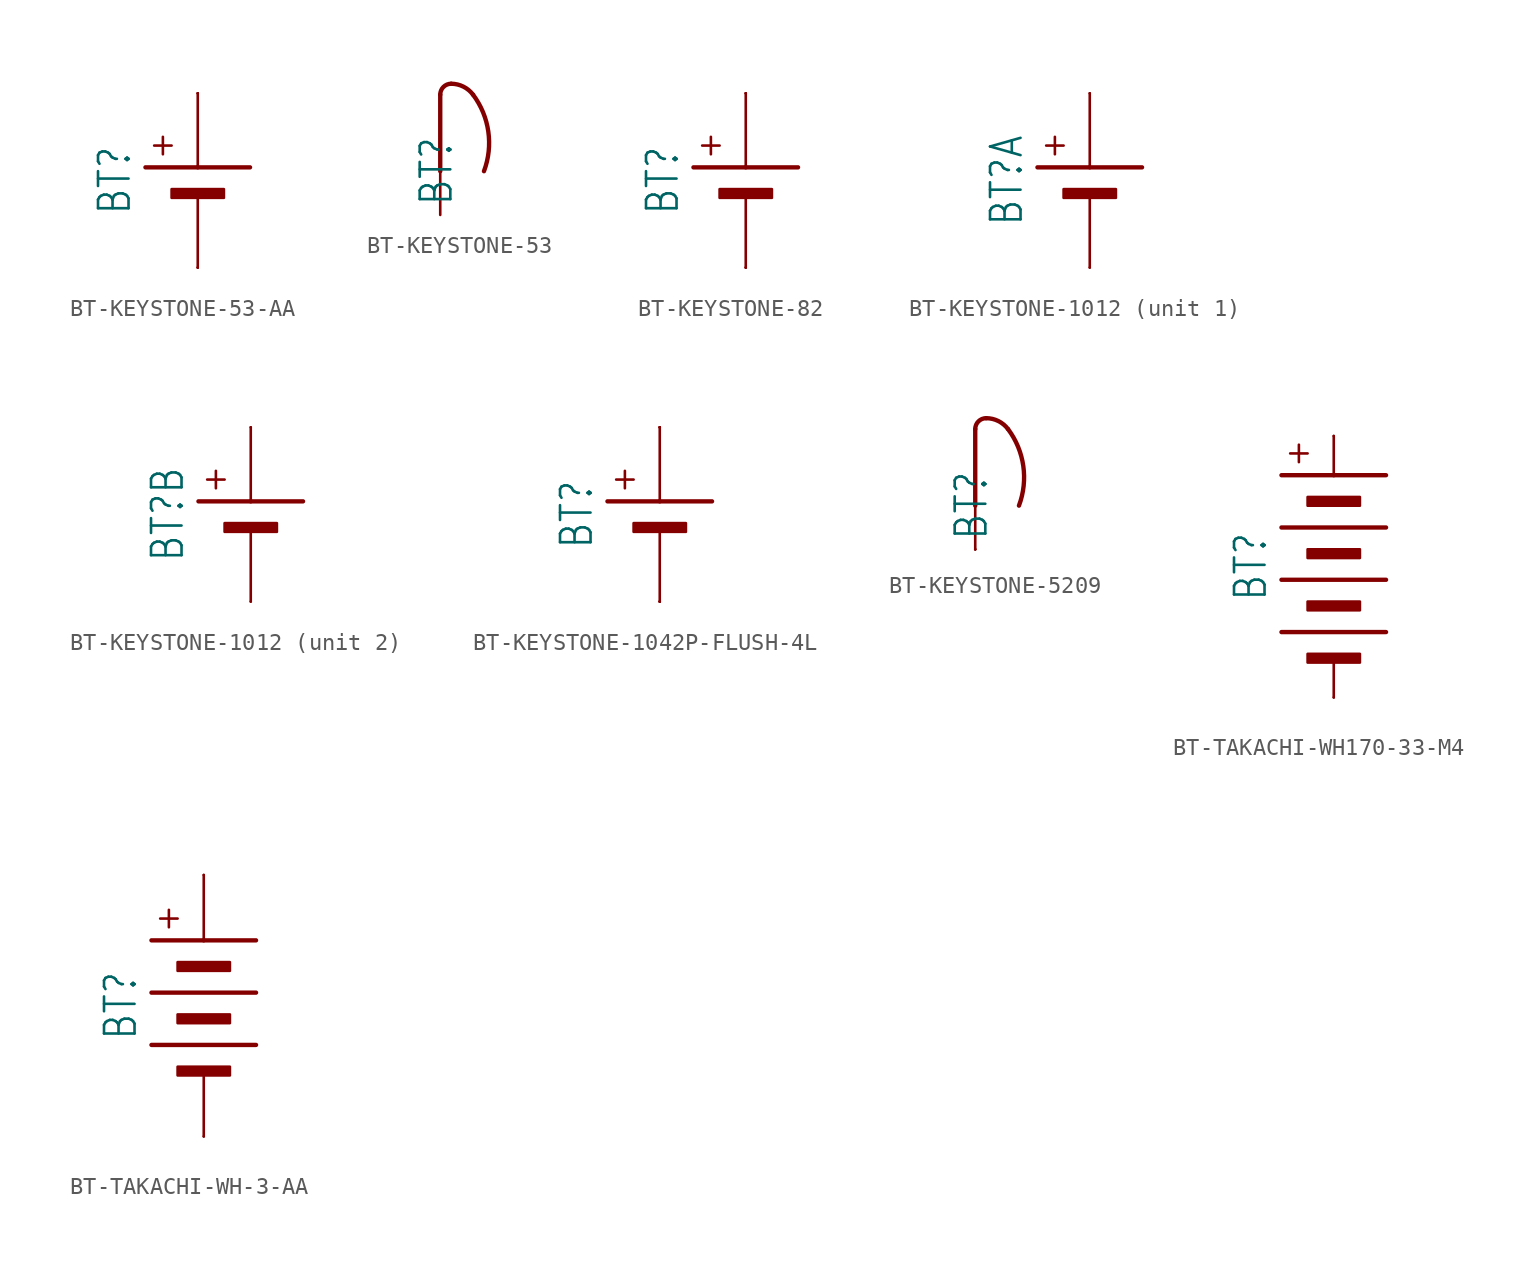
<source format=kicad_sym>
(kicad_symbol_lib
  (version 20231120)
  (generator "kicad_symbol_editor")
  (generator_version "8.0")
  (symbol "BT-KEYSTONE-53-AA"
    (property "Reference" "BT"
      (at -3.81 0 90)
      (effects (font (size 1.778 1.511)) (justify bottom)))
    (property "Value" ""
      (at 3.81 0 90)
      (effects (font (size 1.778 1.511)) (justify top)))
    (property "ki_locked" ""
      (at 0 0 0)
      (effects (font (size 1.27 1.27))))
    (symbol "BT-KEYSTONE-53-AA_1_0"
      (rectangle (start -1.524 -1.016) (end 1.524 -0.508) (stroke (width 0) (type default)) (fill (type outline)))
      (polyline (pts (xy -3.048 0.762) (xy 0 0.762)) (stroke (width 0.254) (type solid)) (fill (type none)))
      (polyline (pts (xy -2.54 2.032) (xy -1.524 2.032)) (stroke (width 0.152) (type solid)) (fill (type none)))
      (polyline (pts (xy -2.032 1.524) (xy -2.032 2.54)) (stroke (width 0.152) (type solid)) (fill (type none)))
      (polyline (pts (xy 0 -0.762) (xy 0 -5.08)) (stroke (width 0.152) (type solid)) (fill (type none)))
      (polyline (pts (xy 0 0.762) (xy 3.048 0.762)) (stroke (width 0.254) (type solid)) (fill (type none)))
      (polyline (pts (xy 0 5.08) (xy 0 0.762)) (stroke (width 0.152) (type solid)) (fill (type none)))
      (pin passive line (at 0 -5.08 90) (length 0) (name "M" (effects (font (size 0 0)))) (number "M1" (effects (font (size 0 0)))))
      (pin passive line (at 0 -5.08 90) (length 0) (name "M" (effects (font (size 0 0)))) (number "M2" (effects (font (size 0 0)))))
      (pin passive line (at 0 5.08 270) (length 0) (name "P" (effects (font (size 0 0)))) (number "P1" (effects (font (size 0 0)))))
      (pin passive line (at 0 5.08 270) (length 0) (name "P" (effects (font (size 0 0)))) (number "P2" (effects (font (size 0 0)))))))
  (symbol "BT-KEYSTONE-53"
    (property "Reference" "BT"
      (at -1.27 2.54 90)
      (effects (font (size 1.778 1.511)) (justify top)))
    (property "Value" ""
      (at 3.81 2.54 90)
      (effects (font (size 1.778 1.511)) (justify bottom)))
    (property "ki_locked" ""
      (at 0 0 0)
      (effects (font (size 1.27 1.27))))
    (symbol "BT-KEYSTONE-53_1_0"
      (polyline (pts (xy 0 0) (xy 0 2.54)) (stroke (width 0.152) (type solid)) (fill (type none)))
      (polyline (pts (xy 0 2.54) (xy 0 6.985)) (stroke (width 0.254) (type solid)) (fill (type none)))
      (arc (start 0.635 7.62) (mid 0.186 7.434) (end 0 6.985) (stroke (width 0.254) (type solid)) (fill (type none)))
      (arc (start 1.905 6.9849) (mid 1.345 7.4523) (end 0.635 7.62) (stroke (width 0.254) (type solid)) (fill (type none)))
      (arc (start 2.5401 2.5401) (mid 2.7919 4.8439) (end 1.905 6.985) (stroke (width 0.254) (type solid)) (fill (type none)))))
  (symbol "BT-KEYSTONE-82"
    (property "Reference" "BT"
      (at -3.81 0 90)
      (effects (font (size 1.778 1.511)) (justify bottom)))
    (property "Value" ""
      (at 3.81 0 90)
      (effects (font (size 1.778 1.511)) (justify top)))
    (property "ki_locked" ""
      (at 0 0 0)
      (effects (font (size 1.27 1.27))))
    (symbol "BT-KEYSTONE-82_1_0"
      (rectangle (start -1.524 -1.016) (end 1.524 -0.508) (stroke (width 0) (type default)) (fill (type outline)))
      (polyline (pts (xy -3.048 0.762) (xy 0 0.762)) (stroke (width 0.254) (type solid)) (fill (type none)))
      (polyline (pts (xy -2.54 2.032) (xy -1.524 2.032)) (stroke (width 0.152) (type solid)) (fill (type none)))
      (polyline (pts (xy -2.032 1.524) (xy -2.032 2.54)) (stroke (width 0.152) (type solid)) (fill (type none)))
      (polyline (pts (xy 0 -0.762) (xy 0 -5.08)) (stroke (width 0.152) (type solid)) (fill (type none)))
      (polyline (pts (xy 0 0.762) (xy 3.048 0.762)) (stroke (width 0.254) (type solid)) (fill (type none)))
      (polyline (pts (xy 0 5.08) (xy 0 0.762)) (stroke (width 0.152) (type solid)) (fill (type none)))
      (pin passive line (at 0 5.08 270) (length 0) (name "P" (effects (font (size 0 0)))) (number "BA+" (effects (font (size 0 0)))))
      (pin passive line (at 0 -5.08 90) (length 0) (name "M" (effects (font (size 0 0)))) (number "BA-" (effects (font (size 0 0)))))
      (pin passive line (at 0 5.08 270) (length 0) (name "P" (effects (font (size 0 0)))) (number "BB+" (effects (font (size 0 0)))))
      (pin passive line (at 0 -5.08 90) (length 0) (name "M" (effects (font (size 0 0)))) (number "BB-" (effects (font (size 0 0)))))))
  (symbol "BT-KEYSTONE-1012"
    (property "Reference" "BT"
      (at -3.81 0 90)
      (effects (font (size 1.778 1.511)) (justify bottom)))
    (property "Value" ""
      (at 3.81 0 90)
      (effects (font (size 1.778 1.511)) (justify top)))
    (property "ki_locked" ""
      (at 0 0 0)
      (effects (font (size 1.27 1.27))))
    (symbol "BT-KEYSTONE-1012_1_0"
      (rectangle (start -1.524 -1.016) (end 1.524 -0.508) (stroke (width 0) (type default)) (fill (type outline)))
      (polyline (pts (xy -3.048 0.762) (xy 0 0.762)) (stroke (width 0.254) (type solid)) (fill (type none)))
      (polyline (pts (xy -2.54 2.032) (xy -1.524 2.032)) (stroke (width 0.152) (type solid)) (fill (type none)))
      (polyline (pts (xy -2.032 1.524) (xy -2.032 2.54)) (stroke (width 0.152) (type solid)) (fill (type none)))
      (polyline (pts (xy 0 -0.762) (xy 0 -5.08)) (stroke (width 0.152) (type solid)) (fill (type none)))
      (polyline (pts (xy 0 0.762) (xy 3.048 0.762)) (stroke (width 0.254) (type solid)) (fill (type none)))
      (polyline (pts (xy 0 5.08) (xy 0 0.762)) (stroke (width 0.152) (type solid)) (fill (type none)))
      (pin passive line (at 0 -5.08 90) (length 0) (name "M" (effects (font (size 0 0)))) (number "M1" (effects (font (size 0 0)))))
      (pin passive line (at 0 5.08 270) (length 0) (name "P" (effects (font (size 0 0)))) (number "P1" (effects (font (size 0 0))))))
    (symbol "BT-KEYSTONE-1012_2_0"
      (rectangle (start -1.524 -1.016) (end 1.524 -0.508) (stroke (width 0) (type default)) (fill (type outline)))
      (polyline (pts (xy -3.048 0.762) (xy 0 0.762)) (stroke (width 0.254) (type solid)) (fill (type none)))
      (polyline (pts (xy -2.54 2.032) (xy -1.524 2.032)) (stroke (width 0.152) (type solid)) (fill (type none)))
      (polyline (pts (xy -2.032 1.524) (xy -2.032 2.54)) (stroke (width 0.152) (type solid)) (fill (type none)))
      (polyline (pts (xy 0 -0.762) (xy 0 -5.08)) (stroke (width 0.152) (type solid)) (fill (type none)))
      (polyline (pts (xy 0 0.762) (xy 3.048 0.762)) (stroke (width 0.254) (type solid)) (fill (type none)))
      (polyline (pts (xy 0 5.08) (xy 0 0.762)) (stroke (width 0.152) (type solid)) (fill (type none)))
      (pin passive line (at 0 -5.08 90) (length 0) (name "M" (effects (font (size 0 0)))) (number "M2" (effects (font (size 0 0)))))
      (pin passive line (at 0 5.08 270) (length 0) (name "P" (effects (font (size 0 0)))) (number "P2" (effects (font (size 0 0)))))))
  (symbol "BT-KEYSTONE-1042P-FLUSH-4L"
    (property "Reference" "BT"
      (at -3.81 0 90)
      (effects (font (size 1.778 1.511)) (justify bottom)))
    (property "Value" ""
      (at 3.81 0 90)
      (effects (font (size 1.778 1.511)) (justify top)))
    (property "ki_locked" ""
      (at 0 0 0)
      (effects (font (size 1.27 1.27))))
    (symbol "BT-KEYSTONE-1042P-FLUSH-4L_1_0"
      (rectangle (start -1.524 -1.016) (end 1.524 -0.508) (stroke (width 0) (type default)) (fill (type outline)))
      (polyline (pts (xy -3.048 0.762) (xy 0 0.762)) (stroke (width 0.254) (type solid)) (fill (type none)))
      (polyline (pts (xy -2.54 2.032) (xy -1.524 2.032)) (stroke (width 0.152) (type solid)) (fill (type none)))
      (polyline (pts (xy -2.032 1.524) (xy -2.032 2.54)) (stroke (width 0.152) (type solid)) (fill (type none)))
      (polyline (pts (xy 0 -0.762) (xy 0 -5.08)) (stroke (width 0.152) (type solid)) (fill (type none)))
      (polyline (pts (xy 0 0.762) (xy 3.048 0.762)) (stroke (width 0.254) (type solid)) (fill (type none)))
      (polyline (pts (xy 0 5.08) (xy 0 0.762)) (stroke (width 0.152) (type solid)) (fill (type none)))
      (pin passive line (at 0 -5.08 90) (length 0) (name "M" (effects (font (size 0 0)))) (number "M" (effects (font (size 0 0)))))
      (pin passive line (at 0 -5.08 90) (length 0) (name "M" (effects (font (size 0 0)))) (number "M1" (effects (font (size 0 0)))))
      (pin passive line (at 0 -5.08 90) (length 0) (name "M" (effects (font (size 0 0)))) (number "M2" (effects (font (size 0 0)))))
      (pin passive line (at 0 5.08 270) (length 0) (name "P" (effects (font (size 0 0)))) (number "P" (effects (font (size 0 0)))))
      (pin passive line (at 0 5.08 270) (length 0) (name "P" (effects (font (size 0 0)))) (number "P1" (effects (font (size 0 0)))))
      (pin passive line (at 0 5.08 270) (length 0) (name "P" (effects (font (size 0 0)))) (number "P2" (effects (font (size 0 0)))))))
  (symbol "BT-KEYSTONE-5209"
    (property "Reference" "BT"
      (at -1.27 2.54 90)
      (effects (font (size 1.778 1.511)) (justify top)))
    (property "Value" ""
      (at 3.81 2.54 90)
      (effects (font (size 1.778 1.511)) (justify bottom)))
    (property "ki_locked" ""
      (at 0 0 0)
      (effects (font (size 1.27 1.27))))
    (symbol "BT-KEYSTONE-5209_1_0"
      (polyline (pts (xy 0 0) (xy 0 2.54)) (stroke (width 0.152) (type solid)) (fill (type none)))
      (polyline (pts (xy 0 2.54) (xy 0 6.985)) (stroke (width 0.254) (type solid)) (fill (type none)))
      (arc (start 0.635 7.62) (mid 0.186 7.434) (end 0 6.985) (stroke (width 0.254) (type solid)) (fill (type none)))
      (arc (start 1.905 6.9849) (mid 1.345 7.4523) (end 0.635 7.62) (stroke (width 0.254) (type solid)) (fill (type none)))
      (arc (start 2.5401 2.5401) (mid 2.7919 4.8439) (end 1.905 6.985) (stroke (width 0.254) (type solid)) (fill (type none)))
      (pin passive line (at 0 0 90) (length 0) (name "0" (effects (font (size 0 0)))) (number "0" (effects (font (size 0 0)))))
      (pin passive line (at 0 0 90) (length 0) (name "0" (effects (font (size 0 0)))) (number "1" (effects (font (size 0 0)))))))
  (symbol "BT-TAKACHI-WH170-33-M4"
    (property "Reference" "BT"
      (at -3.81 0 90)
      (effects (font (size 1.778 1.511)) (justify bottom)))
    (property "Value" ""
      (at 3.81 0 90)
      (effects (font (size 1.778 1.511)) (justify top)))
    (property "ki_locked" ""
      (at 0 0 0)
      (effects (font (size 1.27 1.27))))
    (symbol "BT-TAKACHI-WH170-33-M4_1_0"
      (rectangle (start -1.524 -5.588) (end 1.524 -5.08) (stroke (width 0) (type default)) (fill (type outline)))
      (rectangle (start -1.524 -2.54) (end 1.524 -2.032) (stroke (width 0) (type default)) (fill (type outline)))
      (rectangle (start -1.524 0.508) (end 1.524 1.016) (stroke (width 0) (type default)) (fill (type outline)))
      (rectangle (start -1.524 3.556) (end 1.524 4.064) (stroke (width 0) (type default)) (fill (type outline)))
      (polyline (pts (xy -3.048 -3.81) (xy 3.048 -3.81)) (stroke (width 0.254) (type solid)) (fill (type none)))
      (polyline (pts (xy -3.048 -0.762) (xy 3.048 -0.762)) (stroke (width 0.254) (type solid)) (fill (type none)))
      (polyline (pts (xy -3.048 2.286) (xy 3.048 2.286)) (stroke (width 0.254) (type solid)) (fill (type none)))
      (polyline (pts (xy -3.048 5.334) (xy 0 5.334)) (stroke (width 0.254) (type solid)) (fill (type none)))
      (polyline (pts (xy -2.54 6.604) (xy -1.524 6.604)) (stroke (width 0.152) (type solid)) (fill (type none)))
      (polyline (pts (xy -2.032 6.096) (xy -2.032 7.112)) (stroke (width 0.152) (type solid)) (fill (type none)))
      (polyline (pts (xy 0 -5.334) (xy 0 -7.62)) (stroke (width 0.152) (type solid)) (fill (type none)))
      (polyline (pts (xy 0 5.334) (xy 3.048 5.334)) (stroke (width 0.254) (type solid)) (fill (type none)))
      (polyline (pts (xy 0 7.62) (xy 0 5.334)) (stroke (width 0.152) (type solid)) (fill (type none)))
      (pin passive line (at 0 -7.62 90) (length 0) (name "M" (effects (font (size 0 0)))) (number "M" (effects (font (size 0 0)))))
      (pin passive line (at 0 7.62 270) (length 0) (name "P" (effects (font (size 0 0)))) (number "P" (effects (font (size 0 0)))))))
  (symbol "BT-TAKACHI-WH-3-AA"
    (property "Reference" "BT"
      (at -3.81 0 90)
      (effects (font (size 1.778 1.511)) (justify bottom)))
    (property "Value" ""
      (at 3.81 0 90)
      (effects (font (size 1.778 1.511)) (justify top)))
    (property "ki_locked" ""
      (at 0 0 0)
      (effects (font (size 1.27 1.27))))
    (symbol "BT-TAKACHI-WH-3-AA_1_0"
      (rectangle (start -1.524 -4.064) (end 1.524 -3.556) (stroke (width 0) (type default)) (fill (type outline)))
      (rectangle (start -1.524 -1.016) (end 1.524 -0.508) (stroke (width 0) (type default)) (fill (type outline)))
      (rectangle (start -1.524 2.032) (end 1.524 2.54) (stroke (width 0) (type default)) (fill (type outline)))
      (polyline (pts (xy -3.048 -2.286) (xy 3.048 -2.286)) (stroke (width 0.254) (type solid)) (fill (type none)))
      (polyline (pts (xy -3.048 0.762) (xy 3.048 0.762)) (stroke (width 0.254) (type solid)) (fill (type none)))
      (polyline (pts (xy -3.048 3.81) (xy 0 3.81)) (stroke (width 0.254) (type solid)) (fill (type none)))
      (polyline (pts (xy -2.54 5.08) (xy -1.524 5.08)) (stroke (width 0.152) (type solid)) (fill (type none)))
      (polyline (pts (xy -2.032 4.572) (xy -2.032 5.588)) (stroke (width 0.152) (type solid)) (fill (type none)))
      (polyline (pts (xy 0 -7.62) (xy 0 -3.81)) (stroke (width 0.152) (type solid)) (fill (type none)))
      (polyline (pts (xy 0 3.81) (xy 3.048 3.81)) (stroke (width 0.254) (type solid)) (fill (type none)))
      (polyline (pts (xy 0 7.62) (xy 0 3.81)) (stroke (width 0.152) (type solid)) (fill (type none)))
      (pin passive line (at 0 -7.62 90) (length 0) (name "M" (effects (font (size 0 0)))) (number "M" (effects (font (size 0 0)))))
      (pin passive line (at 0 7.62 270) (length 0) (name "P" (effects (font (size 0 0)))) (number "P" (effects (font (size 0 0))))))))
</source>
